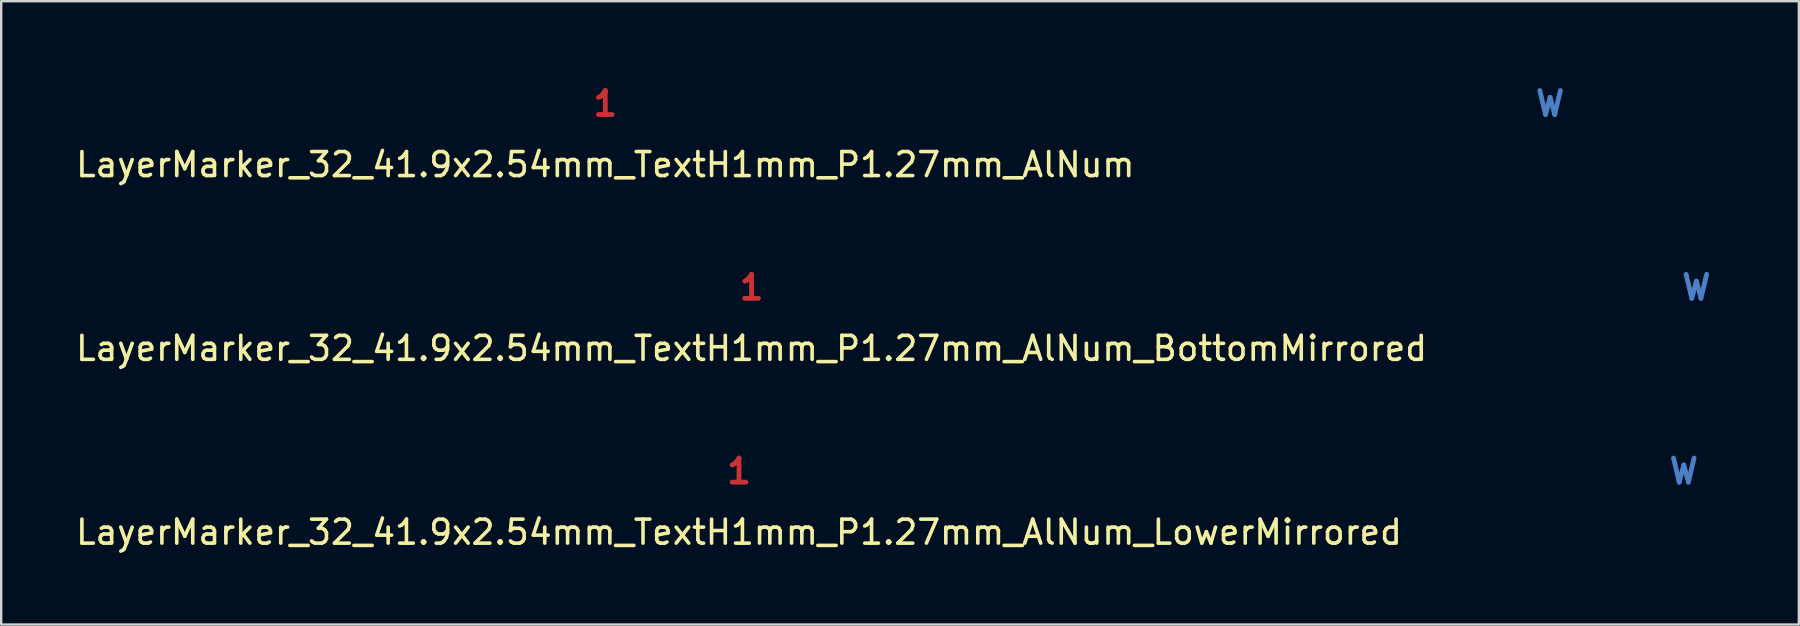
<source format=kicad_pcb>
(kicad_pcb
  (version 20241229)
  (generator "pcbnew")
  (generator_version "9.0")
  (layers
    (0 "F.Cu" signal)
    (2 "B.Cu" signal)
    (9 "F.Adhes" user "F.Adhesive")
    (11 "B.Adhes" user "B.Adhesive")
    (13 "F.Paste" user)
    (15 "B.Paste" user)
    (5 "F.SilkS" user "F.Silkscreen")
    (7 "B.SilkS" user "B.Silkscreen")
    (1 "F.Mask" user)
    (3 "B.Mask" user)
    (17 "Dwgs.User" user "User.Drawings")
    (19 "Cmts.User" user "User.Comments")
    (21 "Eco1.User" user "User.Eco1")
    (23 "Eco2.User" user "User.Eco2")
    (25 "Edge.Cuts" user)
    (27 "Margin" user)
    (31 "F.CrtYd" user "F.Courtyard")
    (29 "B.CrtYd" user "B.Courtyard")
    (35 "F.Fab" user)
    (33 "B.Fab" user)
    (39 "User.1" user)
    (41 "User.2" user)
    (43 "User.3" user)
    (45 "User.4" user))
  (footprint "LayerMarker_32_41.9x2.54mm_TextH1mm_P1.27mm_AlNum_BottomMirrored"
    (layer "F.Cu")
    (at 28.268 10.198)
    (property "Reference" "LayerMarker_32_41.9x2.54mm_TextH1mm_P1.27mm_AlNum_BottomMirrored" (at 0 1.27 0) (layer "F.SilkS") (effects (font (size 1 1) (thickness 0.15))))
    (attr board_only exclude_from_pos_files exclude_from_bom allow_missing_courtyard)
    (fp_text user "1" (at 0 -1.27 0) (layer "F.Cu") (effects (font (size 1 1) (thickness 0.2))))
    (fp_text user "W" (at 39.37 -1.27 0) (layer "B.Cu") (effects (font (size 1 1) (thickness 0.2)) (justify mirror)))
    (fp_text user "2" (at 1.27 -1.27 0) (layer "In1.Cu") (effects (font (size 1 1) (thickness 0.2))))
    (fp_text user "3" (at 2.54 -1.27 0) (layer "In2.Cu") (effects (font (size 1 1) (thickness 0.2))))
    (fp_text user "4" (at 3.81 -1.27 0) (layer "In3.Cu") (effects (font (size 1 1) (thickness 0.2))))
    (fp_text user "5" (at 5.08 -1.27 0) (layer "In4.Cu") (effects (font (size 1 1) (thickness 0.2))))
    (fp_text user "6" (at 6.35 -1.27 0) (layer "In5.Cu") (effects (font (size 1 1) (thickness 0.2))))
    (fp_text user "7" (at 7.62 -1.27 0) (layer "In6.Cu") (effects (font (size 1 1) (thickness 0.2))))
    (fp_text user "8" (at 8.89 -1.27 0) (layer "In7.Cu") (effects (font (size 1 1) (thickness 0.2))))
    (fp_text user "9" (at 10.16 -1.27 0) (layer "In8.Cu") (effects (font (size 1 1) (thickness 0.2))))
    (fp_text user "A" (at 11.43 -1.27 0) (layer "In9.Cu") (effects (font (size 1 1) (thickness 0.2))))
    (fp_text user "B" (at 12.7 -1.27 0) (layer "In10.Cu") (effects (font (size 1 1) (thickness 0.2))))
    (fp_text user "C" (at 13.97 -1.27 0) (layer "In11.Cu") (effects (font (size 1 1) (thickness 0.2))))
    (fp_text user "D" (at 15.24 -1.27 0) (layer "In12.Cu") (effects (font (size 1 1) (thickness 0.2))))
    (fp_text user "E" (at 16.51 -1.27 0) (layer "In13.Cu") (effects (font (size 1 1) (thickness 0.2))))
    (fp_text user "F" (at 17.78 -1.27 0) (layer "In14.Cu") (effects (font (size 1 1) (thickness 0.2))))
    (fp_text user "G" (at 19.05 -1.27 0) (layer "In15.Cu") (effects (font (size 1 1) (thickness 0.2))))
    (fp_text user "H" (at 20.32 -1.27 0) (layer "In16.Cu") (effects (font (size 1 1) (thickness 0.2))))
    (fp_text user "I" (at 21.59 -1.27 0) (layer "In17.Cu") (effects (font (size 1 1) (thickness 0.2))))
    (fp_text user "J" (at 22.86 -1.27 0) (layer "In18.Cu") (effects (font (size 1 1) (thickness 0.2))))
    (fp_text user "K" (at 24.13 -1.27 0) (layer "In19.Cu") (effects (font (size 1 1) (thickness 0.2))))
    (fp_text user "L" (at 25.4 -1.27 0) (layer "In20.Cu") (effects (font (size 1 1) (thickness 0.2))))
    (fp_text user "M" (at 26.67 -1.27 0) (layer "In21.Cu") (effects (font (size 1 1) (thickness 0.2))))
    (fp_text user "N" (at 27.94 -1.27 0) (layer "In22.Cu") (effects (font (size 1 1) (thickness 0.2))))
    (fp_text user "O" (at 29.21 -1.27 0) (layer "In23.Cu") (effects (font (size 1 1) (thickness 0.2))))
    (fp_text user "P" (at 30.48 -1.27 0) (layer "In24.Cu") (effects (font (size 1 1) (thickness 0.2))))
    (fp_text user "Q" (at 31.75 -1.27 0) (layer "In25.Cu") (effects (font (size 1 1) (thickness 0.2))))
    (fp_text user "R" (at 33.02 -1.27 0) (layer "In26.Cu") (effects (font (size 1 1) (thickness 0.2))))
    (fp_text user "S" (at 34.29 -1.27 0) (layer "In27.Cu") (effects (font (size 1 1) (thickness 0.2))))
    (fp_text user "T" (at 35.56 -1.27 0) (layer "In28.Cu") (effects (font (size 1 1) (thickness 0.2))))
    (fp_text user "U" (at 36.83 -1.27 0) (layer "In29.Cu") (effects (font (size 1 1) (thickness 0.2))))
    (fp_text user "V" (at 38.1 -1.27 0) (layer "In30.Cu") (effects (font (size 1 1) (thickness 0.2))))
    (zone (net_name "") (layers "F.Cu" "B.Cu") (hatch edge 0.5) (connect_pads) (min_thickness 0.25) (filled_areas_thickness no) (keepout (tracks not_allowed) (vias not_allowed) (pads not_allowed) (copperpour not_allowed) (footprints allowed)) (placement (enabled no)) (fill) (polygon (pts (xy 26.998 7.658) (xy 68.908 7.658) (xy 68.908 10.198) (xy 26.998 10.198)))))
  (footprint "LayerMarker_32_41.9x2.54mm_TextH1mm_P1.27mm_AlNum"
    (layer "F.Cu")
    (at 22.173 2.54)
    (property "Reference" "LayerMarker_32_41.9x2.54mm_TextH1mm_P1.27mm_AlNum" (at 0 1.27 0) (layer "F.SilkS") (effects (font (size 1 1) (thickness 0.15))))
    (attr board_only exclude_from_pos_files exclude_from_bom allow_missing_courtyard)
    (fp_text user "1" (at 0 -1.27 0) (layer "F.Cu") (effects (font (size 1 1) (thickness 0.2))))
    (fp_text user "W" (at 39.37 -1.27 0) (layer "B.Cu") (effects (font (size 1 1) (thickness 0.2))))
    (fp_text user "2" (at 1.27 -1.27 0) (layer "In1.Cu") (effects (font (size 1 1) (thickness 0.2))))
    (fp_text user "3" (at 2.54 -1.27 0) (layer "In2.Cu") (effects (font (size 1 1) (thickness 0.2))))
    (fp_text user "4" (at 3.81 -1.27 0) (layer "In3.Cu") (effects (font (size 1 1) (thickness 0.2))))
    (fp_text user "5" (at 5.08 -1.27 0) (layer "In4.Cu") (effects (font (size 1 1) (thickness 0.2))))
    (fp_text user "6" (at 6.35 -1.27 0) (layer "In5.Cu") (effects (font (size 1 1) (thickness 0.2))))
    (fp_text user "7" (at 7.62 -1.27 0) (layer "In6.Cu") (effects (font (size 1 1) (thickness 0.2))))
    (fp_text user "8" (at 8.89 -1.27 0) (layer "In7.Cu") (effects (font (size 1 1) (thickness 0.2))))
    (fp_text user "9" (at 10.16 -1.27 0) (layer "In8.Cu") (effects (font (size 1 1) (thickness 0.2))))
    (fp_text user "A" (at 11.43 -1.27 0) (layer "In9.Cu") (effects (font (size 1 1) (thickness 0.2))))
    (fp_text user "B" (at 12.7 -1.27 0) (layer "In10.Cu") (effects (font (size 1 1) (thickness 0.2))))
    (fp_text user "C" (at 13.97 -1.27 0) (layer "In11.Cu") (effects (font (size 1 1) (thickness 0.2))))
    (fp_text user "D" (at 15.24 -1.27 0) (layer "In12.Cu") (effects (font (size 1 1) (thickness 0.2))))
    (fp_text user "E" (at 16.51 -1.27 0) (layer "In13.Cu") (effects (font (size 1 1) (thickness 0.2))))
    (fp_text user "F" (at 17.78 -1.27 0) (layer "In14.Cu") (effects (font (size 1 1) (thickness 0.2))))
    (fp_text user "G" (at 19.05 -1.27 0) (layer "In15.Cu") (effects (font (size 1 1) (thickness 0.2))))
    (fp_text user "H" (at 20.32 -1.27 0) (layer "In16.Cu") (effects (font (size 1 1) (thickness 0.2))))
    (fp_text user "I" (at 21.59 -1.27 0) (layer "In17.Cu") (effects (font (size 1 1) (thickness 0.2))))
    (fp_text user "J" (at 22.86 -1.27 0) (layer "In18.Cu") (effects (font (size 1 1) (thickness 0.2))))
    (fp_text user "K" (at 24.13 -1.27 0) (layer "In19.Cu") (effects (font (size 1 1) (thickness 0.2))))
    (fp_text user "L" (at 25.4 -1.27 0) (layer "In20.Cu") (effects (font (size 1 1) (thickness 0.2))))
    (fp_text user "M" (at 26.67 -1.27 0) (layer "In21.Cu") (effects (font (size 1 1) (thickness 0.2))))
    (fp_text user "N" (at 27.94 -1.27 0) (layer "In22.Cu") (effects (font (size 1 1) (thickness 0.2))))
    (fp_text user "O" (at 29.21 -1.27 0) (layer "In23.Cu") (effects (font (size 1 1) (thickness 0.2))))
    (fp_text user "P" (at 30.48 -1.27 0) (layer "In24.Cu") (effects (font (size 1 1) (thickness 0.2))))
    (fp_text user "Q" (at 31.75 -1.27 0) (layer "In25.Cu") (effects (font (size 1 1) (thickness 0.2))))
    (fp_text user "R" (at 33.02 -1.27 0) (layer "In26.Cu") (effects (font (size 1 1) (thickness 0.2))))
    (fp_text user "S" (at 34.29 -1.27 0) (layer "In27.Cu") (effects (font (size 1 1) (thickness 0.2))))
    (fp_text user "T" (at 35.56 -1.27 0) (layer "In28.Cu") (effects (font (size 1 1) (thickness 0.2))))
    (fp_text user "U" (at 36.83 -1.27 0) (layer "In29.Cu") (effects (font (size 1 1) (thickness 0.2))))
    (fp_text user "V" (at 38.1 -1.27 0) (layer "In30.Cu") (effects (font (size 1 1) (thickness 0.2))))
    (zone (net_name "") (layers "F.Cu" "B.Cu") (hatch edge 0.5) (connect_pads) (min_thickness 0.25) (filled_areas_thickness no) (keepout (tracks not_allowed) (vias not_allowed) (pads not_allowed) (copperpour not_allowed) (footprints allowed)) (placement (enabled no)) (fill) (polygon (pts (xy 20.903 0) (xy 62.813 0) (xy 62.813 2.54) (xy 20.903 2.54)))))
  (footprint "LayerMarker_32_41.9x2.54mm_TextH1mm_P1.27mm_AlNum_LowerMirrored"
    (layer "F.Cu")
    (at 27.744 17.857)
    (property "Reference" "LayerMarker_32_41.9x2.54mm_TextH1mm_P1.27mm_AlNum_LowerMirrored" (at 0 1.27 0) (layer "F.SilkS") (effects (font (size 1 1) (thickness 0.15))))
    (attr board_only exclude_from_pos_files exclude_from_bom allow_missing_courtyard)
    (fp_text user "1" (at 0 -1.27 0) (layer "F.Cu") (effects (font (size 1 1) (thickness 0.2))))
    (fp_text user "W" (at 39.37 -1.27 0) (layer "B.Cu") (effects (font (size 1 1) (thickness 0.2)) (justify mirror)))
    (fp_text user "2" (at 1.27 -1.27 0) (layer "In1.Cu") (effects (font (size 1 1) (thickness 0.2))))
    (fp_text user "3" (at 2.54 -1.27 0) (layer "In2.Cu") (effects (font (size 1 1) (thickness 0.2))))
    (fp_text user "4" (at 3.81 -1.27 0) (layer "In3.Cu") (effects (font (size 1 1) (thickness 0.2))))
    (fp_text user "5" (at 5.08 -1.27 0) (layer "In4.Cu") (effects (font (size 1 1) (thickness 0.2))))
    (fp_text user "6" (at 6.35 -1.27 0) (layer "In5.Cu") (effects (font (size 1 1) (thickness 0.2))))
    (fp_text user "7" (at 7.62 -1.27 0) (layer "In6.Cu") (effects (font (size 1 1) (thickness 0.2))))
    (fp_text user "8" (at 8.89 -1.27 0) (layer "In7.Cu") (effects (font (size 1 1) (thickness 0.2))))
    (fp_text user "9" (at 10.16 -1.27 0) (layer "In8.Cu") (effects (font (size 1 1) (thickness 0.2))))
    (fp_text user "A" (at 11.43 -1.27 0) (layer "In9.Cu") (effects (font (size 1 1) (thickness 0.2))))
    (fp_text user "B" (at 12.7 -1.27 0) (layer "In10.Cu") (effects (font (size 1 1) (thickness 0.2))))
    (fp_text user "C" (at 13.97 -1.27 0) (layer "In11.Cu") (effects (font (size 1 1) (thickness 0.2))))
    (fp_text user "D" (at 15.24 -1.27 0) (layer "In12.Cu") (effects (font (size 1 1) (thickness 0.2))))
    (fp_text user "E" (at 16.51 -1.27 0) (layer "In13.Cu") (effects (font (size 1 1) (thickness 0.2))))
    (fp_text user "F" (at 17.78 -1.27 0) (layer "In14.Cu") (effects (font (size 1 1) (thickness 0.2))))
    (fp_text user "G" (at 19.05 -1.27 0) (layer "In15.Cu") (effects (font (size 1 1) (thickness 0.2))))
    (fp_text user "H" (at 20.32 -1.27 0) (layer "In16.Cu") (effects (font (size 1 1) (thickness 0.2)) (justify mirror)))
    (fp_text user "I" (at 21.59 -1.27 0) (layer "In17.Cu") (effects (font (size 1 1) (thickness 0.2)) (justify mirror)))
    (fp_text user "J" (at 22.86 -1.27 0) (layer "In18.Cu") (effects (font (size 1 1) (thickness 0.2)) (justify mirror)))
    (fp_text user "K" (at 24.13 -1.27 0) (layer "In19.Cu") (effects (font (size 1 1) (thickness 0.2)) (justify mirror)))
    (fp_text user "L" (at 25.4 -1.27 0) (layer "In20.Cu") (effects (font (size 1 1) (thickness 0.2)) (justify mirror)))
    (fp_text user "M" (at 26.67 -1.27 0) (layer "In21.Cu") (effects (font (size 1 1) (thickness 0.2)) (justify mirror)))
    (fp_text user "N" (at 27.94 -1.27 0) (layer "In22.Cu") (effects (font (size 1 1) (thickness 0.2)) (justify mirror)))
    (fp_text user "O" (at 29.21 -1.27 0) (layer "In23.Cu") (effects (font (size 1 1) (thickness 0.2)) (justify mirror)))
    (fp_text user "P" (at 30.48 -1.27 0) (layer "In24.Cu") (effects (font (size 1 1) (thickness 0.2)) (justify mirror)))
    (fp_text user "Q" (at 31.75 -1.27 0) (layer "In25.Cu") (effects (font (size 1 1) (thickness 0.2)) (justify mirror)))
    (fp_text user "R" (at 33.02 -1.27 0) (layer "In26.Cu") (effects (font (size 1 1) (thickness 0.2)) (justify mirror)))
    (fp_text user "S" (at 34.29 -1.27 0) (layer "In27.Cu") (effects (font (size 1 1) (thickness 0.2)) (justify mirror)))
    (fp_text user "T" (at 35.56 -1.27 0) (layer "In28.Cu") (effects (font (size 1 1) (thickness 0.2)) (justify mirror)))
    (fp_text user "U" (at 36.83 -1.27 0) (layer "In29.Cu") (effects (font (size 1 1) (thickness 0.2)) (justify mirror)))
    (fp_text user "V" (at 38.1 -1.27 0) (layer "In30.Cu") (effects (font (size 1 1) (thickness 0.2)) (justify mirror)))
    (zone (net_name "") (layers "F.Cu" "B.Cu") (hatch edge 0.5) (connect_pads) (min_thickness 0.25) (filled_areas_thickness no) (keepout (tracks not_allowed) (vias not_allowed) (pads not_allowed) (copperpour not_allowed) (footprints allowed)) (placement (enabled no)) (fill) (polygon (pts (xy 26.474 15.316) (xy 68.384 15.316) (xy 68.384 17.857) (xy 26.474 17.857)))))
  (gr_rect
    (start -3 -3)
    (end 71.908 22.975)
    (stroke (width 0.1) (type default))
    (fill no)
    (layer "Edge.Cuts")))
</source>
